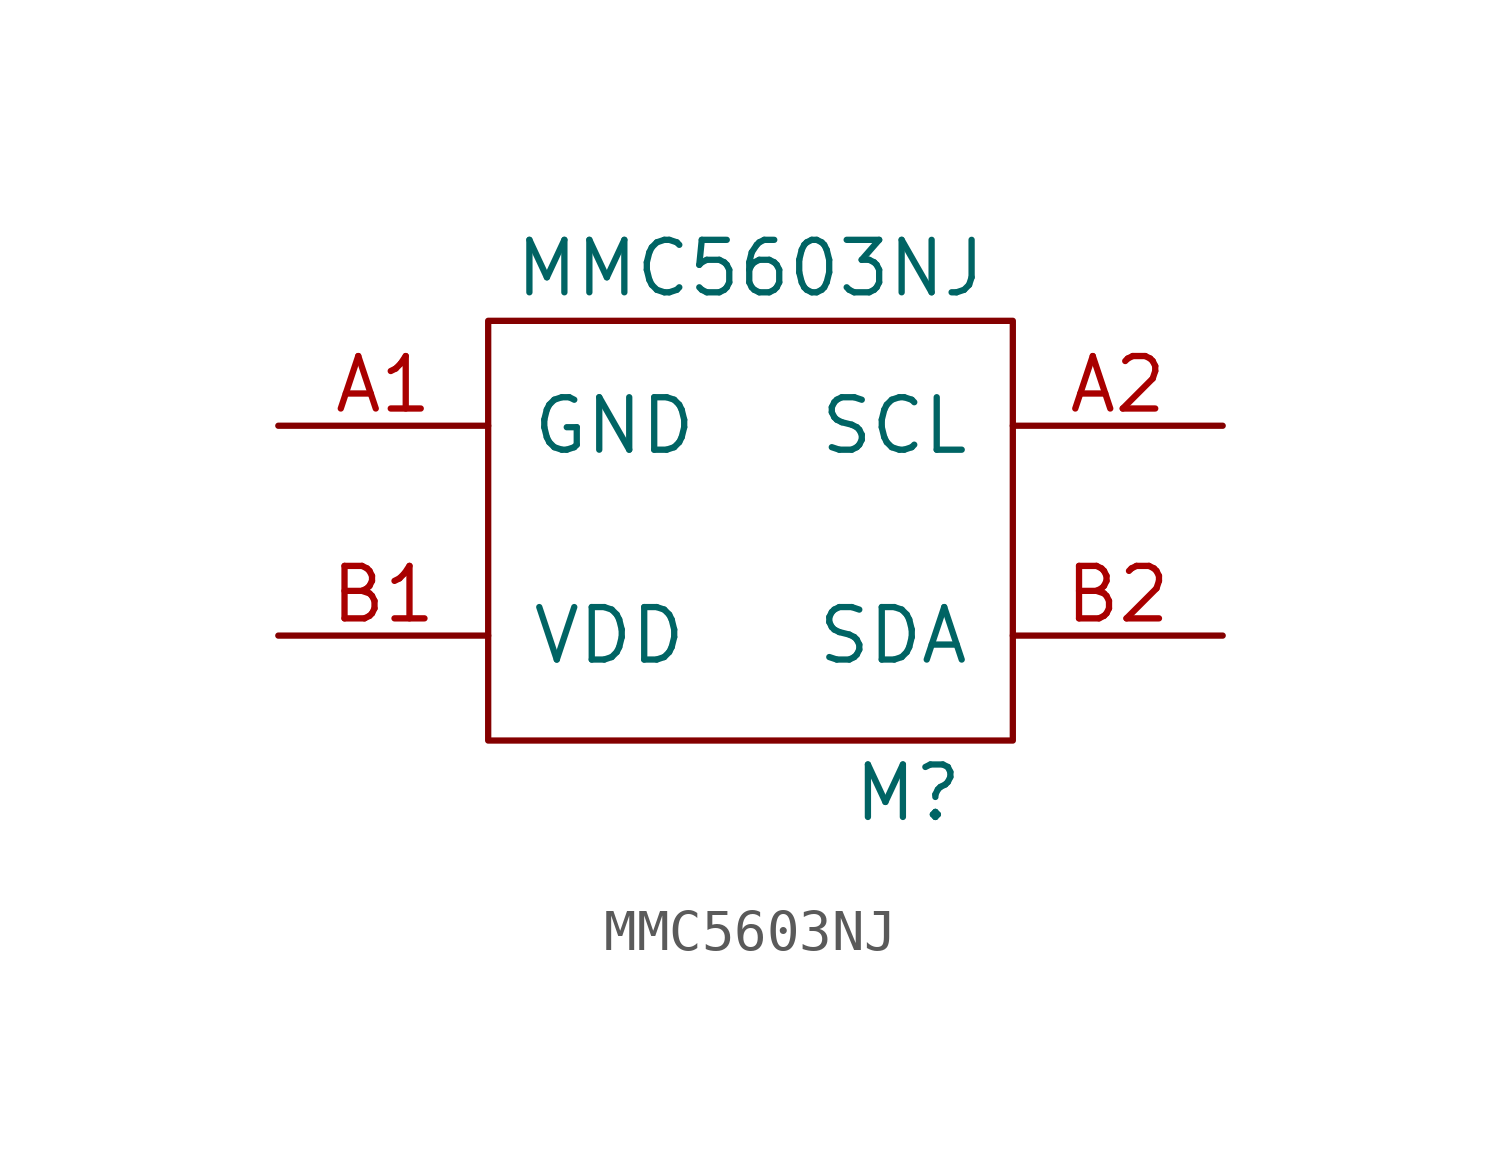
<source format=kicad_sym>
(kicad_symbol_lib
  (version 20211014)
  (generator kicad_symbol_editor)
  (symbol "MMC5603NJ"
    (pin_names
      (offset 1.016))
    (property "Reference" "M"
      (at 3.81 -6.35 0)
      (effects (font (size 1.27 1.27))))
    (property "Value" "MMC5603NJ"
      (at 0 6.35 0)
      (effects (font (size 1.27 1.27))))
    (symbol "MMC5603NJ_0_0"
      (pin power_in line (at -11.43 2.54 0) (length 5.08) (name "GND" (effects (font (size 1.27 1.27)))) (number "A1" (effects (font (size 1.27 1.27)))))
      (pin input line (at 11.43 2.54 180) (length 5.08) (name "SCL" (effects (font (size 1.27 1.27)))) (number "A2" (effects (font (size 1.27 1.27)))))
      (pin power_in line (at -11.43 -2.54 0) (length 5.08) (name "VDD" (effects (font (size 1.27 1.27)))) (number "B1" (effects (font (size 1.27 1.27)))))
      (pin bidirectional line (at 11.43 -2.54 180) (length 5.08) (name "SDA" (effects (font (size 1.27 1.27)))) (number "B2" (effects (font (size 1.27 1.27))))))
    (symbol "MMC5603NJ_0_1"
      (rectangle (start -6.35 5.08) (end 6.35 -5.08) (stroke (width 0) (type default) (color 0 0 0 0)) (fill (type none))))))
</source>
